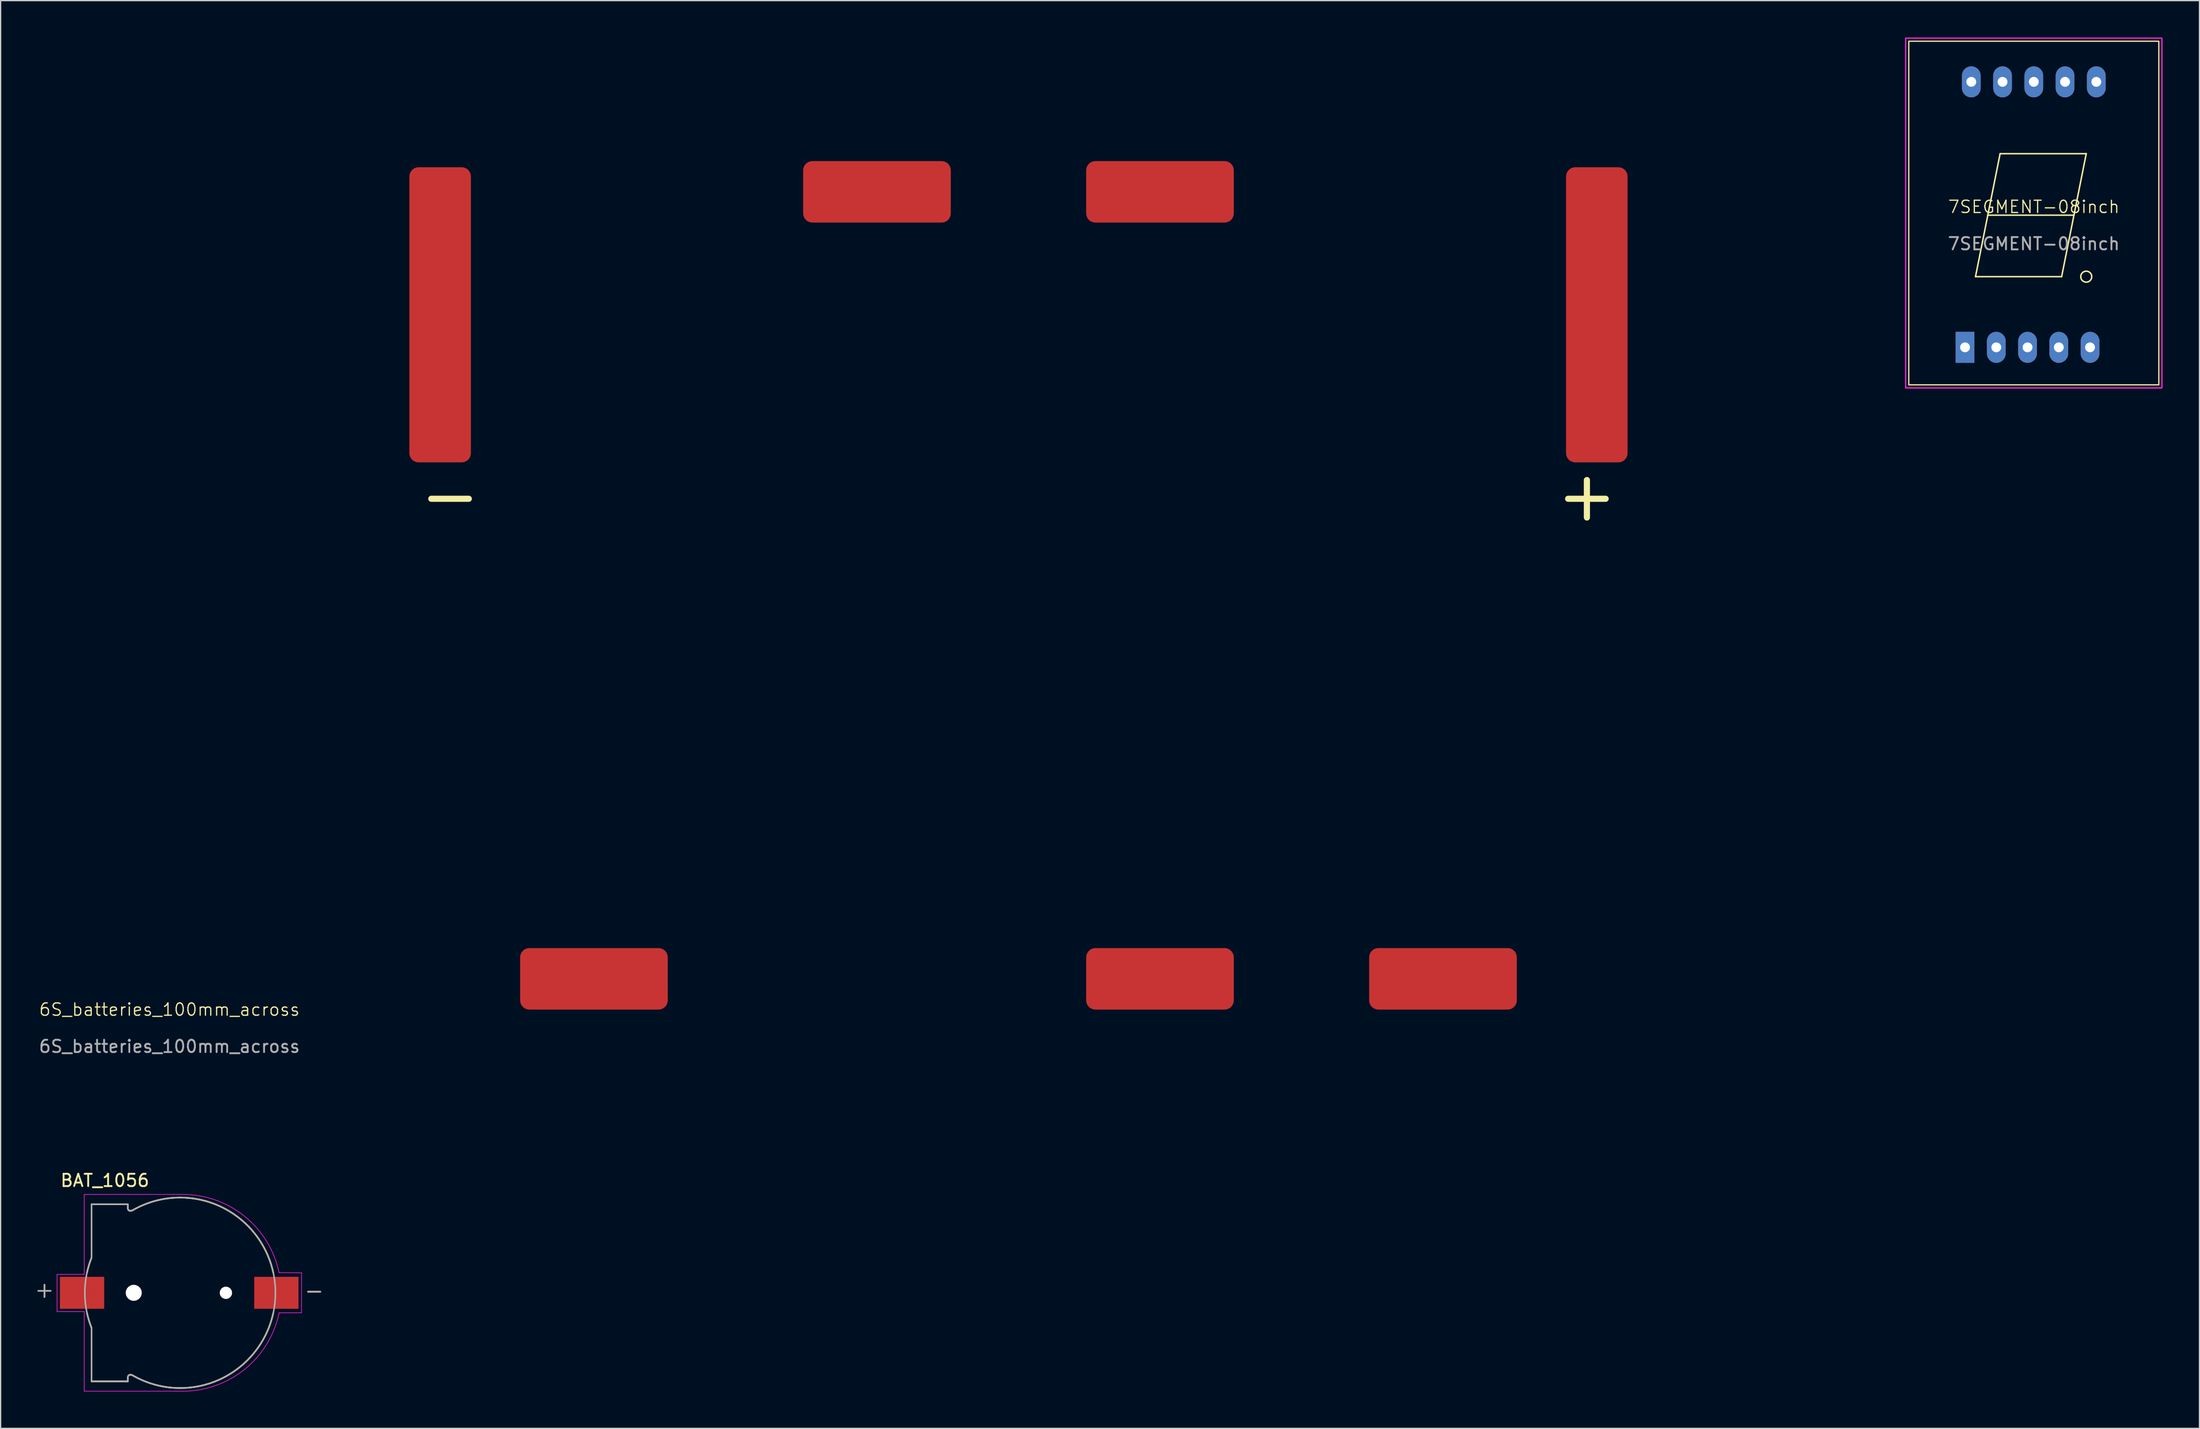
<source format=kicad_pcb>
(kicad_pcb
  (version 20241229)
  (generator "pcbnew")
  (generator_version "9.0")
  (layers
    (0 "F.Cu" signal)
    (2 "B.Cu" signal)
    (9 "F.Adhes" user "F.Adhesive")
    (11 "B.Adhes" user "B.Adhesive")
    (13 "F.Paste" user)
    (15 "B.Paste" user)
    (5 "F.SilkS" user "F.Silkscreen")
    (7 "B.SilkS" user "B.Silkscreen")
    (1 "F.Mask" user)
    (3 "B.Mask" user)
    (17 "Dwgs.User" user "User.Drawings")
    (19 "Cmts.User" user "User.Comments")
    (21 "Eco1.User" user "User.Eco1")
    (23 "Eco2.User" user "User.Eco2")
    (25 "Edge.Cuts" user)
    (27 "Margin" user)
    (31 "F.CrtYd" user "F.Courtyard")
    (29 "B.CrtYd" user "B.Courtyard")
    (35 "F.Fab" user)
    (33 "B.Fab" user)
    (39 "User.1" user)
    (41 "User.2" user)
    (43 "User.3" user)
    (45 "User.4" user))
  (footprint "BAT_1056"
    (layer "F.Cu")
    (at 11.799 102.083)
    (property "Reference" "BAT_1056" (at -6.325 -9.135 0) (layer "F.SilkS") (effects (font (size 1 1) (thickness 0.15))))
    (attr smd)
    (fp_line (start -11.735 -0.16) (end -10.735 -0.16) (stroke (width 0.127) (type solid)) (layer "F.SilkS"))
    (fp_line (start -11.235 -0.66) (end -11.235 0.34) (stroke (width 0.127) (type solid)) (layer "F.SilkS"))
    (fp_line (start -7.41 -7.2) (end -4.46 -7.2) (stroke (width 0.127) (type solid)) (layer "F.SilkS"))
    (fp_line (start -7.41 -2.85) (end -7.41 -7.2) (stroke (width 0.127) (type solid)) (layer "F.SilkS"))
    (fp_line (start -7.41 2.85) (end -7.41 7.2) (stroke (width 0.127) (type solid)) (layer "F.SilkS"))
    (fp_line (start -7.41 7.2) (end -4.46 7.2) (stroke (width 0.127) (type solid)) (layer "F.SilkS"))
    (fp_line (start -4.46 -7.2) (end -4.46 -6.88) (stroke (width 0.127) (type solid)) (layer "F.SilkS"))
    (fp_line (start -4.46 7.2) (end -4.46 6.88) (stroke (width 0.127) (type solid)) (layer "F.SilkS"))
    (fp_line (start 10.185 -0.09) (end 11.185 -0.09) (stroke (width 0.127) (type solid)) (layer "F.SilkS"))
    (fp_arc (start -7.773 -1.664) (mid -7.616196 -2.264559) (end -7.41 -2.85) (stroke (width 0.127) (type solid)) (layer "F.SilkS"))
    (fp_arc (start -7.41 2.85) (mid -7.616196 2.264559) (end -7.773 1.664) (stroke (width 0.127) (type solid)) (layer "F.SilkS"))
    (fp_arc (start -4.460001 6.88) (mid -4.40703 6.732113) (end -4.265 6.665) (stroke (width 0.127) (type solid)) (layer "F.SilkS"))
    (fp_arc (start -4.265 -6.665) (mid -4.407028 -6.732114) (end -4.46 -6.88) (stroke (width 0.127) (type solid)) (layer "F.SilkS"))
    (fp_arc (start -4.265 6.665) (mid -4.17231 6.672896) (end -4.085 6.705) (stroke (width 0.127) (type solid)) (layer "F.SilkS"))
    (fp_arc (start -4.085 -6.705) (mid -4.17231 -6.672896) (end -4.265 -6.665) (stroke (width 0.127) (type solid)) (layer "F.SilkS"))
    (fp_arc (start -4.085 -6.705) (mid -2.216137 -7.480737) (end -0.21 -7.745) (stroke (width 0.127) (type solid)) (layer "F.SilkS"))
    (fp_arc (start -0.21 -7.745) (mid 4.642358 -6.036609) (end 7.354 -1.664999) (stroke (width 0.127) (type solid)) (layer "F.SilkS"))
    (fp_arc (start -0.21 7.745) (mid -2.216137 7.480737) (end -4.085 6.705) (stroke (width 0.127) (type solid)) (layer "F.SilkS"))
    (fp_arc (start 7.354 1.664999) (mid 4.642358 6.036609) (end -0.21 7.745) (stroke (width 0.127) (type solid)) (layer "F.SilkS"))
    (fp_line (start -10.211 -1.499) (end -8.001 -1.499) (stroke (width 0.05) (type default)) (layer "F.CrtYd"))
    (fp_line (start -10.211 1.524) (end -10.211 -1.499) (stroke (width 0.05) (type solid)) (layer "F.CrtYd"))
    (fp_line (start -10.211 1.524) (end -8.001 1.524) (stroke (width 0.05) (type default)) (layer "F.CrtYd"))
    (fp_line (start -8.001 -8.001) (end 0 -8.001) (stroke (width 0.05) (type solid)) (layer "F.CrtYd"))
    (fp_line (start -8.001 -1.499) (end -8.001 -8.001) (stroke (width 0.05) (type default)) (layer "F.CrtYd"))
    (fp_line (start -8.001 1.524) (end -8.001 8.001) (stroke (width 0.05) (type default)) (layer "F.CrtYd"))
    (fp_line (start 0 8.001) (end -8.001 8.001) (stroke (width 0.05) (type solid)) (layer "F.CrtYd"))
    (fp_line (start 7.834 1.626) (end 9.652 1.626) (stroke (width 0.05) (type default)) (layer "F.CrtYd"))
    (fp_line (start 9.66 -1.626) (end 7.831 -1.642) (stroke (width 0.05) (type default)) (layer "F.CrtYd"))
    (fp_line (start 9.66 -1.626) (end 9.652 1.626) (stroke (width 0.05) (type solid)) (layer "F.CrtYd"))
    (fp_arc (start 0 -8.001) (mid 5.043757 -6.211) (end 7.830714 -1.641924) (stroke (width 0.05) (type default)) (layer "F.CrtYd"))
    (fp_arc (start 7.833977 1.626278) (mid 5.049957 6.205958) (end 0 8.000998) (stroke (width 0.05) (type default)) (layer "F.CrtYd"))
    (fp_line (start -11.735 -0.16) (end -10.735 -0.16) (stroke (width 0.127) (type solid)) (layer "F.Fab"))
    (fp_line (start -11.235 -0.66) (end -11.235 0.34) (stroke (width 0.127) (type solid)) (layer "F.Fab"))
    (fp_line (start -7.41 -7.2) (end -7.41 -2.85) (stroke (width 0.127) (type solid)) (layer "F.Fab"))
    (fp_line (start -7.41 -7.2) (end -4.46 -7.2) (stroke (width 0.127) (type solid)) (layer "F.Fab"))
    (fp_line (start -7.41 2.85) (end -7.41 7.2) (stroke (width 0.127) (type solid)) (layer "F.Fab"))
    (fp_line (start -7.41 7.2) (end -4.46 7.2) (stroke (width 0.127) (type solid)) (layer "F.Fab"))
    (fp_line (start -4.46 -7.2) (end -4.46 -6.88) (stroke (width 0.127) (type solid)) (layer "F.Fab"))
    (fp_line (start -4.46 7.2) (end -4.46 6.88) (stroke (width 0.127) (type solid)) (layer "F.Fab"))
    (fp_line (start 10.185 -0.09) (end 11.185 -0.09) (stroke (width 0.127) (type solid)) (layer "F.Fab"))
    (fp_arc (start -7.41 2.85) (mid -7.955059 0) (end -7.41 -2.85) (stroke (width 0.127) (type solid)) (layer "F.Fab"))
    (fp_arc (start -4.460001 6.88) (mid -4.40703 6.732113) (end -4.265 6.665) (stroke (width 0.127) (type solid)) (layer "F.Fab"))
    (fp_arc (start -4.265 -6.665) (mid -4.407028 -6.732114) (end -4.46 -6.88) (stroke (width 0.127) (type solid)) (layer "F.Fab"))
    (fp_arc (start -4.265 6.665) (mid -4.17231 6.672896) (end -4.085 6.705) (stroke (width 0.127) (type solid)) (layer "F.Fab"))
    (fp_arc (start -4.085 -6.705) (mid -4.17231 -6.672896) (end -4.265 -6.665) (stroke (width 0.127) (type solid)) (layer "F.Fab"))
    (fp_arc (start -4.085 -6.705) (mid -2.216137 -7.480737) (end -0.21 -7.745) (stroke (width 0.127) (type solid)) (layer "F.Fab"))
    (fp_arc (start -0.21 -7.745) (mid 7.535 0) (end -0.21 7.745) (stroke (width 0.127) (type solid)) (layer "F.Fab"))
    (fp_arc (start -0.21 7.745) (mid -2.216137 7.480737) (end -4.085 6.705) (stroke (width 0.127) (type solid)) (layer "F.Fab"))
    (pad "" np_thru_hole circle (at -3.98 0) (size 1.3 1.3) (drill 1.3) (layers "*.Cu" "*.Mask"))
    (pad "" np_thru_hole circle (at 3.51 0) (size 1 1) (drill 1) (layers "*.Cu" "*.Mask"))
    (pad "N" smd rect (at 7.61 0 180) (size 3.6 2.6) (layers "F.Cu" "F.Mask" "F.Paste"))
    (pad "P" smd rect (at -8.18 0 180) (size 3.6 2.6) (layers "F.Cu" "F.Mask" "F.Paste")))
  (footprint "6S_batteries_100mm_across"
    (layer "F.Cu")
    (at 10.72 79.55)
    (property "Reference" "6S_batteries_100mm_across" (at 0 -0.5 0) (unlocked yes) (layer "F.SilkS") (effects (font (size 1 1) (thickness 0.1))))
    (attr smd)
    (fp_rect (start 0 -70) (end 23 0) (stroke (width 0.1) (type default)) (fill no) (layer "User.6"))
    (fp_rect (start 23 -70) (end 46 0) (stroke (width 0.1) (type default)) (fill no) (layer "User.6"))
    (fp_rect (start 46 -70) (end 69 0) (stroke (width 0.1) (type default)) (fill no) (layer "User.6"))
    (fp_rect (start 69 -70) (end 92 0) (stroke (width 0.1) (type default)) (fill no) (layer "User.6"))
    (fp_rect (start 92 -70) (end 115 0) (stroke (width 0.1) (type default)) (fill no) (layer "User.6"))
    (fp_rect (start 115 -70) (end 138 0) (stroke (width 0.1) (type default)) (fill no) (layer "User.6"))
    (fp_line (start 6.5 -74) (end 11.5 -74) (stroke (width 0.1) (type default)) (layer "User.7"))
    (fp_line (start 10 4) (end 17.5 9.5) (stroke (width 0.1) (type default)) (layer "User.7"))
    (fp_line (start 17.5 9.5) (end 30 9.5) (stroke (width 0.1) (type default)) (layer "User.7"))
    (fp_line (start 30 9.5) (end 33.5 5) (stroke (width 0.1) (type default)) (layer "User.7"))
    (fp_line (start 33 -73) (end 38 -79.5) (stroke (width 0.1) (type default)) (layer "User.7"))
    (fp_line (start 38 -79.5) (end 57 -77) (stroke (width 0.1) (type default)) (layer "User.7"))
    (fp_line (start 57 -77) (end 59 -73.5) (stroke (width 0.1) (type default)) (layer "User.7"))
    (fp_line (start 58 3.5) (end 61.5 9) (stroke (width 0.1) (type default)) (layer "User.7"))
    (fp_line (start 61.5 9) (end 82 7.5) (stroke (width 0.1) (type default)) (layer "User.7"))
    (fp_line (start 80.5 -71.5) (end 84 -78) (stroke (width 0.1) (type default)) (layer "User.7"))
    (fp_line (start 82 7.5) (end 82.5 3.5) (stroke (width 0.1) (type default)) (layer "User.7"))
    (fp_line (start 84 -78) (end 102 -78) (stroke (width 0.1) (type default)) (layer "User.7"))
    (fp_line (start 102 -78) (end 105 -72.5) (stroke (width 0.1) (type default)) (layer "User.7"))
    (fp_line (start 105.5 4) (end 110 8.5) (stroke (width 0.1) (type default)) (layer "User.7"))
    (fp_line (start 110 8.5) (end 126.5 7.5) (stroke (width 0.1) (type default)) (layer "User.7"))
    (fp_line (start 126 -76) (end 132.5 -75.5) (stroke (width 0.1) (type default)) (layer "User.7"))
    (fp_line (start 126.5 7.5) (end 131 2) (stroke (width 0.1) (type default)) (layer "User.7"))
    (fp_line (start 129.5 -78.5) (end 130 -73) (stroke (width 0.1) (type default)) (layer "User.7"))
    (fp_rect (start 19 -70) (end 119 0) (stroke (width 0.1) (type default)) (fill no) (layer "User.7"))
    (fp_text user "+" (at 118 -40 0) (unlocked yes) (layer "F.SilkS") (effects (font (size 4 4) (thickness 0.5)) (justify right bottom)))
    (fp_text user "-" (at 20 -40 0) (unlocked yes) (layer "F.SilkS") (effects (font (size 4 4) (thickness 0.5)) (justify left bottom)))
    (fp_text user "${REFERENCE}" (at 0 2.5 0) (unlocked yes) (layer "F.Fab") (effects (font (size 1 1) (thickness 0.15))))
    (pad "1" smd roundrect (at 22 -57 90) (size 24 5) (layers "F.Cu" "F.Mask" "F.Paste") (roundrect_rratio 0.15))
    (pad "2" smd roundrect (at 34.5 -3) (size 12 5) (layers "F.Cu" "F.Mask" "F.Paste") (roundrect_rratio 0.15))
    (pad "3" smd roundrect (at 57.5 -67) (size 12 5) (layers "F.Cu" "F.Mask" "F.Paste") (roundrect_rratio 0.15))
    (pad "4" smd roundrect (at 80.5 -3) (size 12 5) (layers "F.Cu" "F.Mask" "F.Paste") (roundrect_rratio 0.15))
    (pad "5" smd roundrect (at 80.5 -67) (size 12 5) (layers "F.Cu" "F.Mask" "F.Paste") (roundrect_rratio 0.15))
    (pad "6" smd roundrect (at 103.5 -3) (size 12 5) (layers "F.Cu" "F.Mask" "F.Paste") (roundrect_rratio 0.15))
    (pad "6" smd roundrect (at 116 -57 90) (size 24 5) (layers "F.Cu" "F.Mask" "F.Paste") (roundrect_rratio 0.15)))
  (footprint "7SEGMENT-08inch"
    (layer "F.Cu")
    (at 162.234 14.274)
    (property "Reference" "7SEGMENT-08inch" (at 0 -0.5 0) (unlocked yes) (layer "F.SilkS") (effects (font (size 1 1) (thickness 0.1))))
    (attr through_hole)
    (fp_line (start -4.738 5.174) (end 2.262 5.174) (stroke (width 0.12) (type solid)) (layer "F.SilkS"))
    (fp_line (start -3.738 0.174) (end -4.738 5.174) (stroke (width 0.12) (type solid)) (layer "F.SilkS"))
    (fp_line (start -2.738 -4.826) (end -3.738 0.174) (stroke (width 0.12) (type solid)) (layer "F.SilkS"))
    (fp_line (start -2.738 -4.826) (end 4.262 -4.826) (stroke (width 0.12) (type solid)) (layer "F.SilkS"))
    (fp_line (start 2.262 5.174) (end 3.262 0.174) (stroke (width 0.12) (type solid)) (layer "F.SilkS"))
    (fp_line (start 3.262 0.174) (end -3.738 0.174) (stroke (width 0.12) (type solid)) (layer "F.SilkS"))
    (fp_line (start 4.262 -4.826) (end 3.262 0.174) (stroke (width 0.12) (type solid)) (layer "F.SilkS"))
    (fp_rect (start -10.16 -13.97) (end 10.16 13.97) (stroke (width 0.1) (type default)) (fill no) (layer "F.SilkS"))
    (fp_circle (center 4.262 5.174) (end 4.262 4.727) (stroke (width 0.12) (type solid)) (fill no) (layer "F.SilkS"))
    (fp_rect (start 10.414 14.224) (end -10.414 -14.224) (stroke (width 0.1) (type default)) (fill no) (layer "F.CrtYd"))
    (fp_text user "${REFERENCE}" (at 0 2.5 0) (unlocked yes) (layer "F.Fab") (effects (font (size 1 1) (thickness 0.15))))
    (pad "1" thru_hole rect (at -5.588 10.922) (size 1.524 2.524) (drill 0.8) (layers "*.Cu" "*.Mask"))
    (pad "2" thru_hole oval (at -3.048 10.922) (size 1.524 2.524) (drill 0.8) (layers "*.Cu" "*.Mask"))
    (pad "3" thru_hole oval (at -0.508 10.922) (size 1.524 2.524) (drill 0.8) (layers "*.Cu" "*.Mask"))
    (pad "4" thru_hole oval (at 2.032 10.922) (size 1.524 2.524) (drill 0.8) (layers "*.Cu" "*.Mask"))
    (pad "5" thru_hole oval (at 4.572 10.922) (size 1.524 2.524) (drill 0.8) (layers "*.Cu" "*.Mask"))
    (pad "6" thru_hole oval (at 5.08 -10.668) (size 1.524 2.524) (drill 0.8) (layers "*.Cu" "*.Mask"))
    (pad "7" thru_hole oval (at 2.54 -10.668) (size 1.524 2.524) (drill 0.8) (layers "*.Cu" "*.Mask"))
    (pad "8" thru_hole oval (at 0 -10.668) (size 1.524 2.524) (drill 0.8) (layers "*.Cu" "*.Mask"))
    (pad "9" thru_hole oval (at -2.54 -10.668) (size 1.524 2.524) (drill 0.8) (layers "*.Cu" "*.Mask"))
    (pad "10" thru_hole oval (at -5.08 -10.668) (size 1.524 2.524) (drill 0.8) (layers "*.Cu" "*.Mask")))
  (gr_rect
    (start -3 -3)
    (end 175.698 113.109)
    (stroke (width 0.1) (type default))
    (fill no)
    (layer "Edge.Cuts")))
</source>
